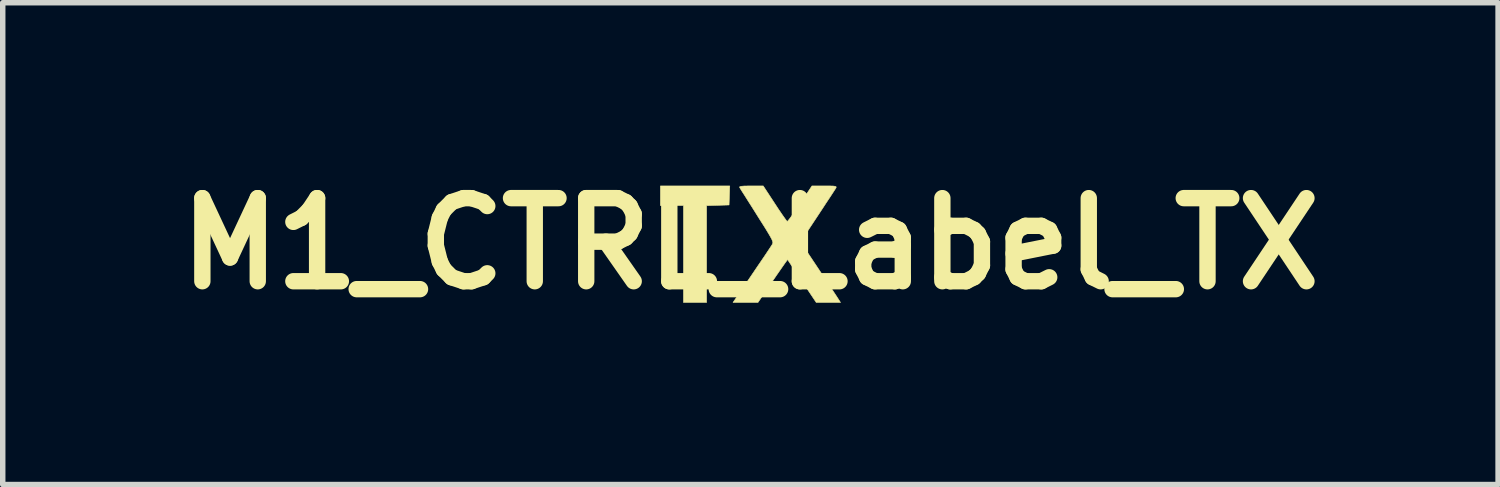
<source format=kicad_pcb>
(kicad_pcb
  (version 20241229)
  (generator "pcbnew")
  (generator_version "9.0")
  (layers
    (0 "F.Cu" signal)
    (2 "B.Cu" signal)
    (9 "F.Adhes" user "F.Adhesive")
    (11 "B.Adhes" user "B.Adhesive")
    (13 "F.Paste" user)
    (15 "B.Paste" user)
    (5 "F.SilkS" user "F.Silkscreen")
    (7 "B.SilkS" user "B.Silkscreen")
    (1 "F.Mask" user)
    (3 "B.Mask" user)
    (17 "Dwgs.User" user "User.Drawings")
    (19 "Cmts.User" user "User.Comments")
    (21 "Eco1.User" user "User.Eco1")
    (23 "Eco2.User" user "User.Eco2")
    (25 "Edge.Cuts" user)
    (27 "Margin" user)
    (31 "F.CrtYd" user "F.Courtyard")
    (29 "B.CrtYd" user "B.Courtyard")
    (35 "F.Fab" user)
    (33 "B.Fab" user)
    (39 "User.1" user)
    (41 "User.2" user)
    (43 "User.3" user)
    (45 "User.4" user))
  (footprint "M1_CTRL_Label_TX"
    (layer "F.Cu")
    (at 10.712 1.418)
    (property "Reference" "M1_CTRL_Label_TX" (at 0 0 0) (layer "F.SilkS") (effects (font (size 1.524 1.524) (thickness 0.3))))
    (attr through_hole)
    (fp_poly (pts (xy -0.392 -0.709) (xy -0.804 -0.697) (xy -0.804 1.079) (xy -1.228 1.079) (xy -1.228 -0.699) (xy -1.651 -0.699) (xy -1.651 -1.058) (xy -0.379 -1.058) (xy -0.392 -0.709)) (stroke (width 0.01) (type solid)) (fill yes) (layer "F.SilkS"))
    (fp_poly (pts (xy 0.446 -0.736) (xy 0.514 -0.632) (xy 0.575 -0.542) (xy 0.625 -0.471) (xy 0.659 -0.424) (xy 0.674 -0.407) (xy 0.691 -0.422) (xy 0.727 -0.467) (xy 0.777 -0.537) (xy 0.84 -0.626) (xy 0.909 -0.729) (xy 0.91 -0.73) (xy 1.128 -1.058) (xy 1.358 -1.058) (xy 1.459 -1.058) (xy 1.524 -1.056) (xy 1.56 -1.05) (xy 1.573 -1.041) (xy 1.571 -1.027) (xy 1.568 -1.021) (xy 1.551 -0.994) (xy 1.514 -0.937) (xy 1.46 -0.854) (xy 1.392 -0.752) (xy 1.315 -0.634) (xy 1.232 -0.508) (xy 0.917 -0.032) (xy 1.228 0.434) (xy 1.314 0.564) (xy 1.396 0.687) (xy 1.469 0.797) (xy 1.529 0.889) (xy 1.573 0.956) (xy 1.595 0.99) (xy 1.652 1.079) (xy 1.207 1.079) (xy 0.944 0.686) (xy 0.681 0.292) (xy 0.621 0.375) (xy 0.589 0.421) (xy 0.539 0.493) (xy 0.475 0.585) (xy 0.404 0.689) (xy 0.349 0.769) (xy 0.138 1.079) (xy -0.091 1.079) (xy -0.319 1.079) (xy 0.026 0.572) (xy 0.115 0.44) (xy 0.199 0.317) (xy 0.272 0.209) (xy 0.332 0.119) (xy 0.375 0.054) (xy 0.398 0.018) (xy 0.4 0.015) (xy 0.408 -0.002) (xy 0.411 -0.021) (xy 0.405 -0.047) (xy 0.389 -0.085) (xy 0.36 -0.138) (xy 0.317 -0.211) (xy 0.257 -0.309) (xy 0.177 -0.435) (xy 0.123 -0.521) (xy 0.042 -0.65) (xy -0.033 -0.768) (xy -0.097 -0.87) (xy -0.149 -0.951) (xy -0.184 -1.007) (xy -0.199 -1.032) (xy -0.199 -1.032) (xy -0.196 -1.044) (xy -0.169 -1.052) (xy -0.111 -1.057) (xy -0.017 -1.058) (xy 0.01 -1.058) (xy 0.235 -1.058) (xy 0.446 -0.736)) (stroke (width 0.01) (type solid)) (fill yes) (layer "F.SilkS")))
  (gr_rect
    (start -3 -3)
    (end 24.423 5.836)
    (stroke (width 0.1) (type default))
    (fill no)
    (layer "Edge.Cuts")))
</source>
